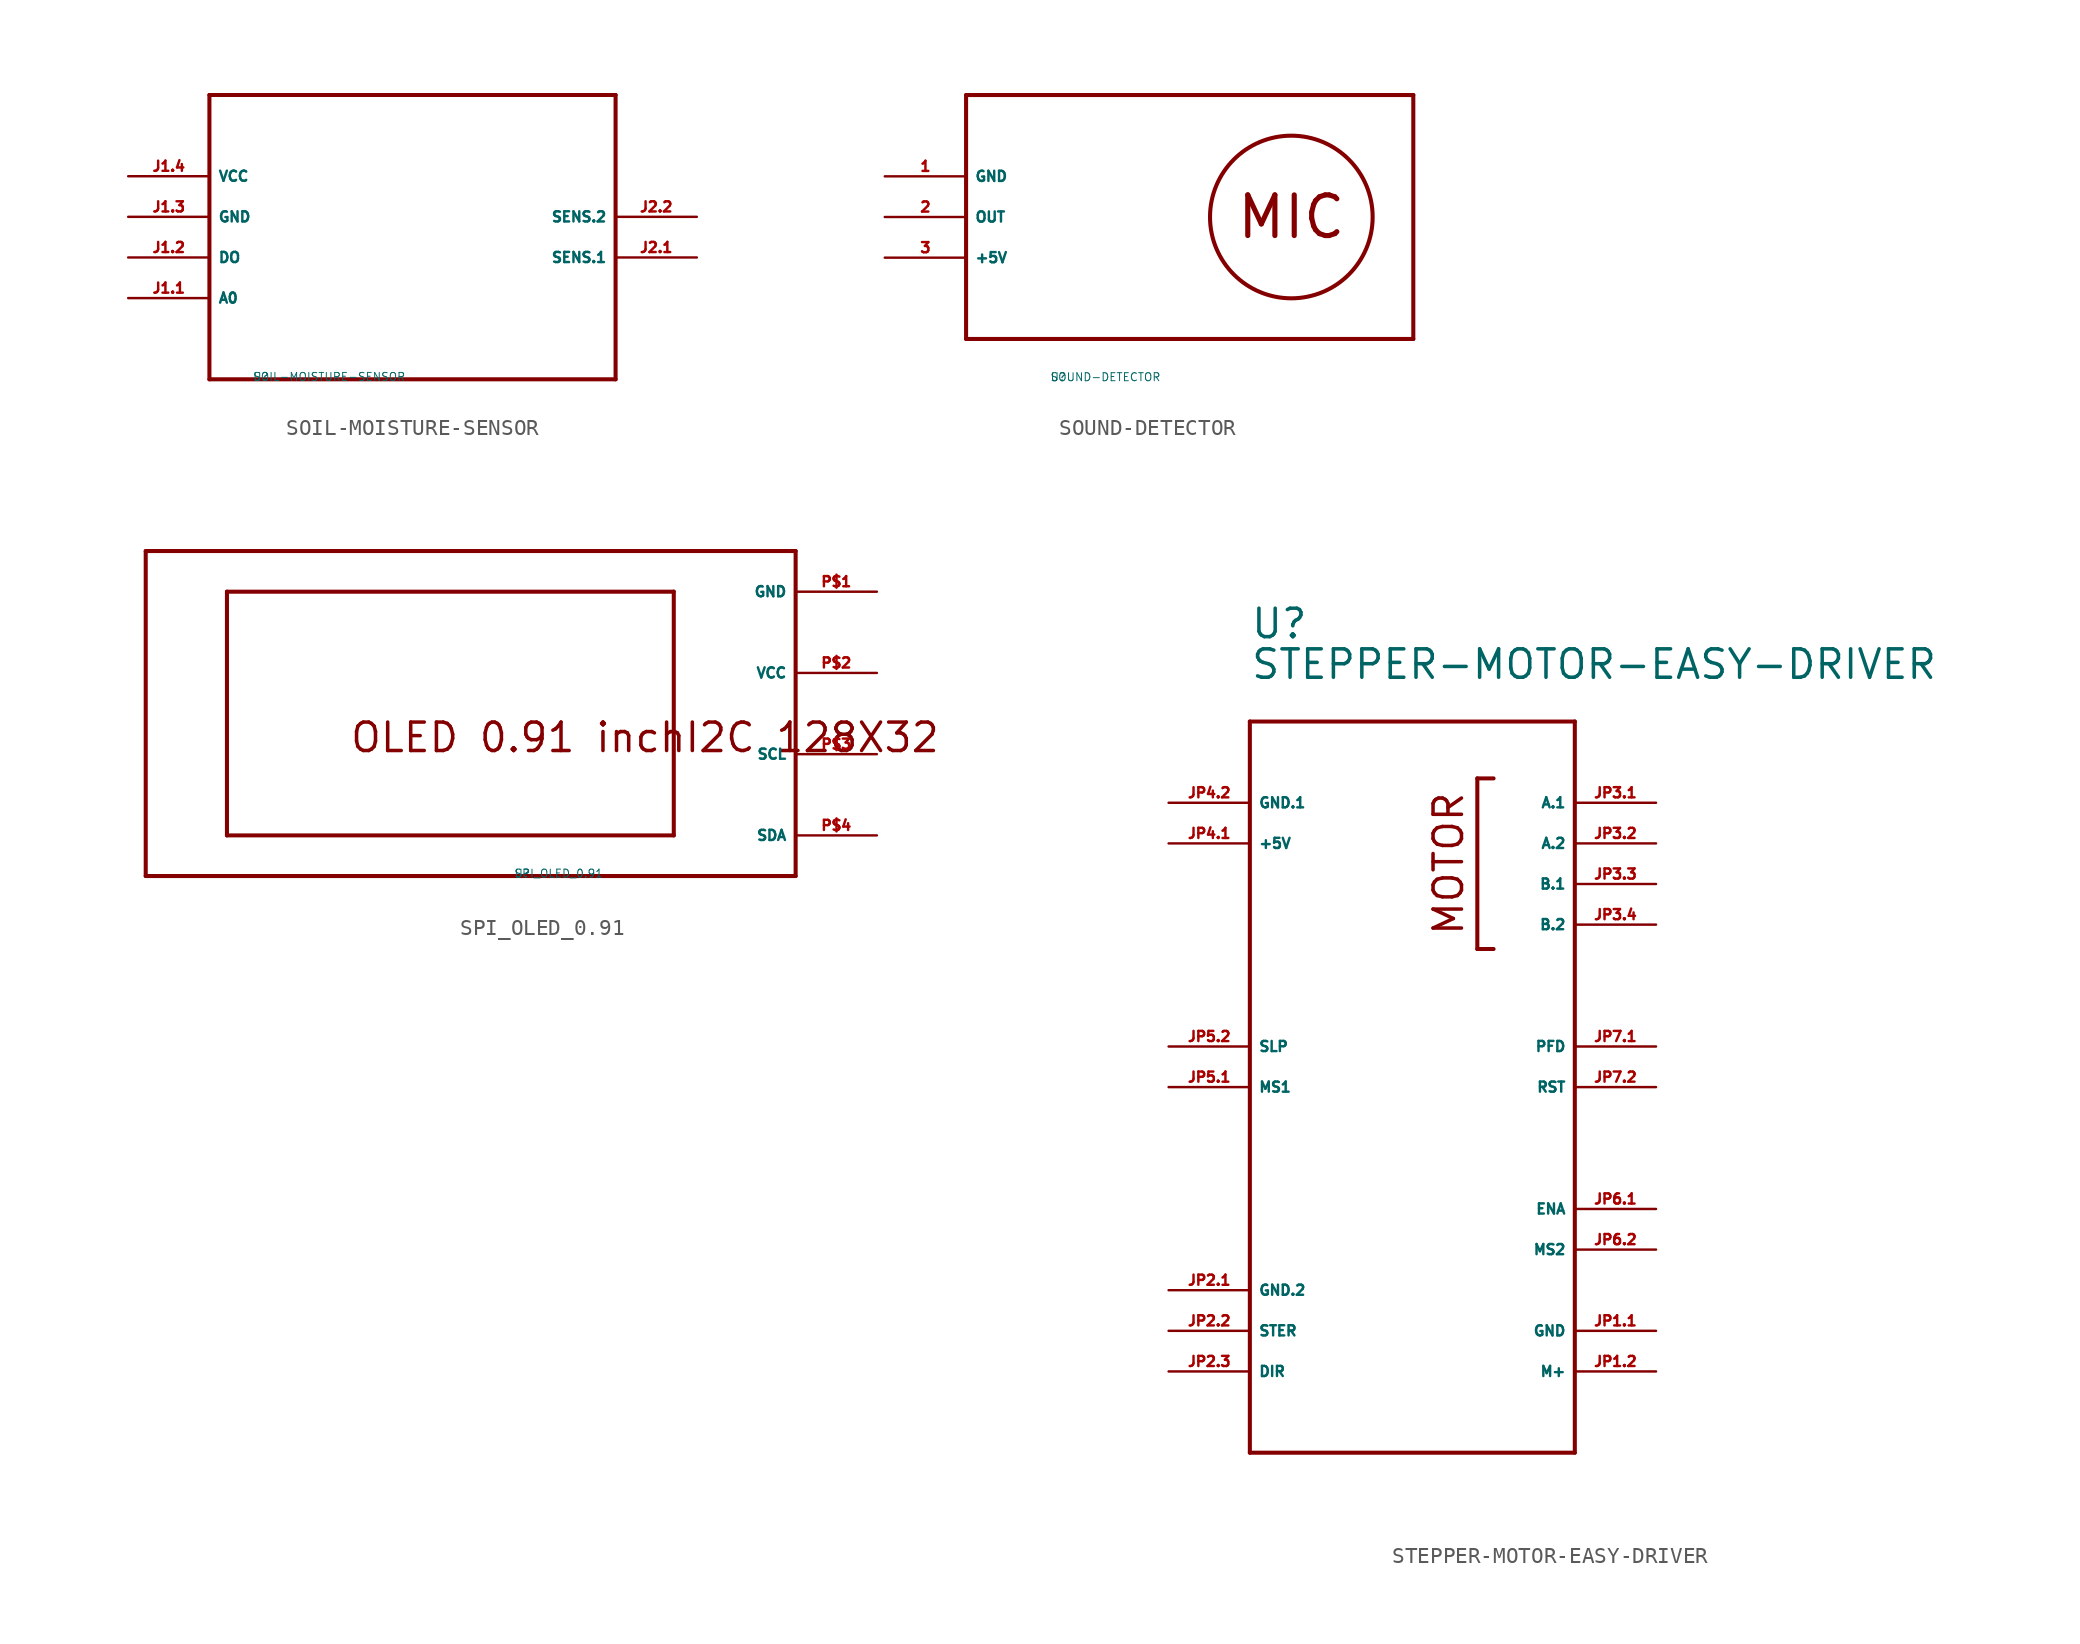
<source format=kicad_sym>
(kicad_symbol_lib
  (version 20220914)
  (generator Eagle2Kicad)
  (symbol "SOIL-MOISTURE-SENSOR"
    (property "Reference" "U"
      (at -10 -10 0)
      (effects (font (size 0.5 0.5) (thickness 0.06)) (justify left)))
    (property "Value" "SOIL-MOISTURE-SENSOR"
      (at -10 -10 0)
      (effects (font (size 0.5 0.5) (thickness 0.06)) (justify left)))
    (polyline
      (pts (xy -12.7 7.62) (xy 12.7 7.62))
      (stroke (width 0.254) (type default))
      (fill (type none)))
    (polyline
      (pts (xy 12.7 7.62) (xy 12.7 -10.16))
      (stroke (width 0.254) (type default))
      (fill (type none)))
    (polyline
      (pts (xy 12.7 -10.16) (xy -12.7 -10.16))
      (stroke (width 0.254) (type default))
      (fill (type none)))
    (polyline
      (pts (xy -12.7 -10.16) (xy -12.7 7.62))
      (stroke (width 0.254) (type default))
      (fill (type none)))
    (pin unspecified line
      (at -17.78 2.54 0)
      (length 5.08)
      (name "VCC" (effects (font (size 0.635 0.635) (thickness 0.08)) (justify left bottom)))
      (number "J1.4" (effects (font (size 0.635 0.635) (thickness 0.08)) (justify left bottom))))
    (pin unspecified line
      (at -17.78 0 0)
      (length 5.08)
      (name "GND" (effects (font (size 0.635 0.635) (thickness 0.08)) (justify left bottom)))
      (number "J1.3" (effects (font (size 0.635 0.635) (thickness 0.08)) (justify left bottom))))
    (pin output line
      (at -17.78 -2.54 0)
      (length 5.08)
      (name "DO" (effects (font (size 0.635 0.635) (thickness 0.08)) (justify left bottom)))
      (number "J1.2" (effects (font (size 0.635 0.635) (thickness 0.08)) (justify left bottom))))
    (pin bidirectional line
      (at -17.78 -5.08 0)
      (length 5.08)
      (name "A0" (effects (font (size 0.635 0.635) (thickness 0.08)) (justify left bottom)))
      (number "J1.1" (effects (font (size 0.635 0.635) (thickness 0.08)) (justify left bottom))))
    (pin bidirectional line
      (at 17.78 0 180)
      (length 5.08)
      (name "SENS.2" (effects (font (size 0.635 0.635) (thickness 0.08)) (justify left bottom)))
      (number "J2.2" (effects (font (size 0.635 0.635) (thickness 0.08)) (justify left bottom))))
    (pin bidirectional line
      (at 17.78 -2.54 180)
      (length 5.08)
      (name "SENS.1" (effects (font (size 0.635 0.635) (thickness 0.08)) (justify left bottom)))
      (number "J2.1" (effects (font (size 0.635 0.635) (thickness 0.08)) (justify left bottom)))))
  (symbol "SOUND-DETECTOR"
    (property "Reference" "U"
      (at -10 -10 0)
      (effects (font (size 0.5 0.5) (thickness 0.06)) (justify left)))
    (property "Value" "SOUND-DETECTOR"
      (at -10 -10 0)
      (effects (font (size 0.5 0.5) (thickness 0.06)) (justify left)))
    (polyline
      (pts (xy -15.24 7.62) (xy -15.24 -7.62))
      (stroke (width 0.254) (type default))
      (fill (type none)))
    (polyline
      (pts (xy -15.24 -7.62) (xy 12.7 -7.62))
      (stroke (width 0.254) (type default))
      (fill (type none)))
    (polyline
      (pts (xy 12.7 -7.62) (xy 12.7 7.62))
      (stroke (width 0.254) (type default))
      (fill (type none)))
    (polyline
      (pts (xy 12.7 7.62) (xy -15.24 7.62))
      (stroke (width 0.254) (type default))
      (fill (type none)))
    (text "MIC"
      (at 5.08 0 0)
      (effects (font (size 2.54 2.54) (thickness 0.32))))
    (circle
      (center 5.08 0)
      (radius 5.08)
      (stroke (width 0.254) (type default))
      (fill (type none)))
    (pin unspecified line
      (at -20.32 2.54 0)
      (length 5.08)
      (name "GND" (effects (font (size 0.635 0.635) (thickness 0.08)) (justify left bottom)))
      (number "1" (effects (font (size 0.635 0.635) (thickness 0.08)) (justify left bottom))))
    (pin output line
      (at -20.32 0 0)
      (length 5.08)
      (name "OUT" (effects (font (size 0.635 0.635) (thickness 0.08)) (justify left bottom)))
      (number "2" (effects (font (size 0.635 0.635) (thickness 0.08)) (justify left bottom))))
    (pin unspecified line
      (at -20.32 -2.54 0)
      (length 5.08)
      (name "+5V" (effects (font (size 0.635 0.635) (thickness 0.08)) (justify left bottom)))
      (number "3" (effects (font (size 0.635 0.635) (thickness 0.08)) (justify left bottom)))))
  (symbol "SPI_OLED_0.91"
    (property "Reference" "U"
      (at -10 -10 0)
      (effects (font (size 0.5 0.5) (thickness 0.06)) (justify left)))
    (property "Value" "SPI_OLED_0.91"
      (at -10 -10 0)
      (effects (font (size 0.5 0.5) (thickness 0.06)) (justify left)))
    (polyline
      (pts (xy 7.62 10.16) (xy 7.62 -10.16))
      (stroke (width 0.254) (type default))
      (fill (type none)))
    (polyline
      (pts (xy 7.62 -10.16) (xy -33.02 -10.16))
      (stroke (width 0.254) (type default))
      (fill (type none)))
    (polyline
      (pts (xy -33.02 -10.16) (xy -33.02 10.16))
      (stroke (width 0.254) (type default))
      (fill (type none)))
    (polyline
      (pts (xy -33.02 10.16) (xy 7.62 10.16))
      (stroke (width 0.254) (type default))
      (fill (type none)))
    (polyline
      (pts (xy -27.94 7.62) (xy 0 7.62))
      (stroke (width 0.254) (type default))
      (fill (type none)))
    (polyline
      (pts (xy 0 7.62) (xy 0 -7.62))
      (stroke (width 0.254) (type default))
      (fill (type none)))
    (polyline
      (pts (xy 0 -7.62) (xy -27.94 -7.62))
      (stroke (width 0.254) (type default))
      (fill (type none)))
    (polyline
      (pts (xy -27.94 -7.62) (xy -27.94 7.62))
      (stroke (width 0.254) (type default))
      (fill (type none)))
    (text "OLED 0.91 inchI2C 128X32"
      (at -20.32 -2.54 0)
      (effects (font (size 1.778 1.778) (thickness 0.22)) (justify left bottom)))
    (pin bidirectional line
      (at 12.7 7.62 180)
      (length 5.08)
      (name "GND" (effects (font (size 0.635 0.635) (thickness 0.08)) (justify left bottom)))
      (number "P$1" (effects (font (size 0.635 0.635) (thickness 0.08)) (justify left bottom))))
    (pin bidirectional line
      (at 12.7 2.54 180)
      (length 5.08)
      (name "VCC" (effects (font (size 0.635 0.635) (thickness 0.08)) (justify left bottom)))
      (number "P$2" (effects (font (size 0.635 0.635) (thickness 0.08)) (justify left bottom))))
    (pin bidirectional line
      (at 12.7 -2.54 180)
      (length 5.08)
      (name "SCL" (effects (font (size 0.635 0.635) (thickness 0.08)) (justify left bottom)))
      (number "P$3" (effects (font (size 0.635 0.635) (thickness 0.08)) (justify left bottom))))
    (pin bidirectional line
      (at 12.7 -7.62 180)
      (length 5.08)
      (name "SDA" (effects (font (size 0.635 0.635) (thickness 0.08)) (justify left bottom)))
      (number "P$4" (effects (font (size 0.635 0.635) (thickness 0.08)) (justify left bottom)))))
  (symbol "STEPPER-MOTOR-EASY-DRIVER"
    (property "Reference" "U"
      (at -10.16 27.94 0)
      (effects (font (size 1.778 1.778) (thickness 0.22)) (justify left bottom)))
    (property "Value" "STEPPER-MOTOR-EASY-DRIVER"
      (at -10.16 25.4 0)
      (effects (font (size 1.778 1.778) (thickness 0.22)) (justify left bottom)))
    (polyline
      (pts (xy -10.16 22.86) (xy 10.16 22.86))
      (stroke (width 0.254) (type default))
      (fill (type none)))
    (polyline
      (pts (xy 10.16 22.86) (xy 10.16 -22.86))
      (stroke (width 0.254) (type default))
      (fill (type none)))
    (polyline
      (pts (xy 10.16 -22.86) (xy -10.16 -22.86))
      (stroke (width 0.254) (type default))
      (fill (type none)))
    (polyline
      (pts (xy -10.16 -22.86) (xy -10.16 22.86))
      (stroke (width 0.254) (type default))
      (fill (type none)))
    (polyline
      (pts (xy 5.08 19.304) (xy 4.064 19.304))
      (stroke (width 0.254) (type default))
      (fill (type none)))
    (polyline
      (pts (xy 4.064 19.304) (xy 4.064 8.636))
      (stroke (width 0.254) (type default))
      (fill (type none)))
    (polyline
      (pts (xy 4.064 8.636) (xy 5.08 8.636))
      (stroke (width 0.254) (type default))
      (fill (type none)))
    (text "MOTOR"
      (at 3.302 13.97 900)
      (effects (font (size 1.778 1.778) (thickness 0.22)) (justify bottom)))
    (pin bidirectional line
      (at -15.24 17.78 0)
      (length 5.08)
      (name "GND.1" (effects (font (size 0.635 0.635) (thickness 0.08)) (justify left bottom)))
      (number "JP4.2" (effects (font (size 0.635 0.635) (thickness 0.08)) (justify left bottom))))
    (pin bidirectional line
      (at -15.24 15.24 0)
      (length 5.08)
      (name "+5V" (effects (font (size 0.635 0.635) (thickness 0.08)) (justify left bottom)))
      (number "JP4.1" (effects (font (size 0.635 0.635) (thickness 0.08)) (justify left bottom))))
    (pin bidirectional line
      (at -15.24 2.54 0)
      (length 5.08)
      (name "SLP" (effects (font (size 0.635 0.635) (thickness 0.08)) (justify left bottom)))
      (number "JP5.2" (effects (font (size 0.635 0.635) (thickness 0.08)) (justify left bottom))))
    (pin bidirectional line
      (at -15.24 0 0)
      (length 5.08)
      (name "MS1" (effects (font (size 0.635 0.635) (thickness 0.08)) (justify left bottom)))
      (number "JP5.1" (effects (font (size 0.635 0.635) (thickness 0.08)) (justify left bottom))))
    (pin bidirectional line
      (at -15.24 -12.7 0)
      (length 5.08)
      (name "GND.2" (effects (font (size 0.635 0.635) (thickness 0.08)) (justify left bottom)))
      (number "JP2.1" (effects (font (size 0.635 0.635) (thickness 0.08)) (justify left bottom))))
    (pin bidirectional line
      (at -15.24 -15.24 0)
      (length 5.08)
      (name "STER" (effects (font (size 0.635 0.635) (thickness 0.08)) (justify left bottom)))
      (number "JP2.2" (effects (font (size 0.635 0.635) (thickness 0.08)) (justify left bottom))))
    (pin bidirectional line
      (at -15.24 -17.78 0)
      (length 5.08)
      (name "DIR" (effects (font (size 0.635 0.635) (thickness 0.08)) (justify left bottom)))
      (number "JP2.3" (effects (font (size 0.635 0.635) (thickness 0.08)) (justify left bottom))))
    (pin bidirectional line
      (at 15.24 17.78 180)
      (length 5.08)
      (name "A.1" (effects (font (size 0.635 0.635) (thickness 0.08)) (justify left bottom)))
      (number "JP3.1" (effects (font (size 0.635 0.635) (thickness 0.08)) (justify left bottom))))
    (pin bidirectional line
      (at 15.24 15.24 180)
      (length 5.08)
      (name "A.2" (effects (font (size 0.635 0.635) (thickness 0.08)) (justify left bottom)))
      (number "JP3.2" (effects (font (size 0.635 0.635) (thickness 0.08)) (justify left bottom))))
    (pin bidirectional line
      (at 15.24 12.7 180)
      (length 5.08)
      (name "B.1" (effects (font (size 0.635 0.635) (thickness 0.08)) (justify left bottom)))
      (number "JP3.3" (effects (font (size 0.635 0.635) (thickness 0.08)) (justify left bottom))))
    (pin bidirectional line
      (at 15.24 10.16 180)
      (length 5.08)
      (name "B.2" (effects (font (size 0.635 0.635) (thickness 0.08)) (justify left bottom)))
      (number "JP3.4" (effects (font (size 0.635 0.635) (thickness 0.08)) (justify left bottom))))
    (pin bidirectional line
      (at 15.24 2.54 180)
      (length 5.08)
      (name "PFD" (effects (font (size 0.635 0.635) (thickness 0.08)) (justify left bottom)))
      (number "JP7.1" (effects (font (size 0.635 0.635) (thickness 0.08)) (justify left bottom))))
    (pin bidirectional line
      (at 15.24 0 180)
      (length 5.08)
      (name "RST" (effects (font (size 0.635 0.635) (thickness 0.08)) (justify left bottom)))
      (number "JP7.2" (effects (font (size 0.635 0.635) (thickness 0.08)) (justify left bottom))))
    (pin bidirectional line
      (at 15.24 -7.62 180)
      (length 5.08)
      (name "ENA" (effects (font (size 0.635 0.635) (thickness 0.08)) (justify left bottom)))
      (number "JP6.1" (effects (font (size 0.635 0.635) (thickness 0.08)) (justify left bottom))))
    (pin bidirectional line
      (at 15.24 -10.16 180)
      (length 5.08)
      (name "MS2" (effects (font (size 0.635 0.635) (thickness 0.08)) (justify left bottom)))
      (number "JP6.2" (effects (font (size 0.635 0.635) (thickness 0.08)) (justify left bottom))))
    (pin bidirectional line
      (at 15.24 -15.24 180)
      (length 5.08)
      (name "GND" (effects (font (size 0.635 0.635) (thickness 0.08)) (justify left bottom)))
      (number "JP1.1" (effects (font (size 0.635 0.635) (thickness 0.08)) (justify left bottom))))
    (pin bidirectional line
      (at 15.24 -17.78 180)
      (length 5.08)
      (name "M+" (effects (font (size 0.635 0.635) (thickness 0.08)) (justify left bottom)))
      (number "JP1.2" (effects (font (size 0.635 0.635) (thickness 0.08)) (justify left bottom))))))
</source>
